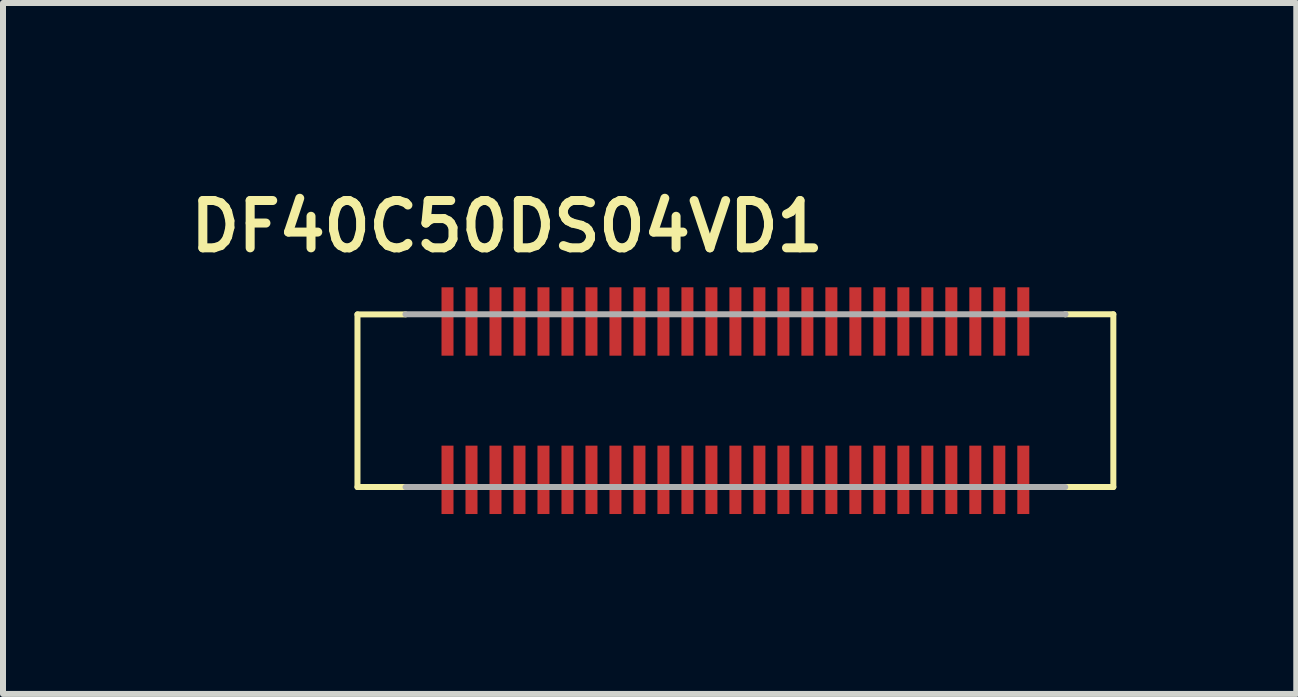
<source format=kicad_pcb>
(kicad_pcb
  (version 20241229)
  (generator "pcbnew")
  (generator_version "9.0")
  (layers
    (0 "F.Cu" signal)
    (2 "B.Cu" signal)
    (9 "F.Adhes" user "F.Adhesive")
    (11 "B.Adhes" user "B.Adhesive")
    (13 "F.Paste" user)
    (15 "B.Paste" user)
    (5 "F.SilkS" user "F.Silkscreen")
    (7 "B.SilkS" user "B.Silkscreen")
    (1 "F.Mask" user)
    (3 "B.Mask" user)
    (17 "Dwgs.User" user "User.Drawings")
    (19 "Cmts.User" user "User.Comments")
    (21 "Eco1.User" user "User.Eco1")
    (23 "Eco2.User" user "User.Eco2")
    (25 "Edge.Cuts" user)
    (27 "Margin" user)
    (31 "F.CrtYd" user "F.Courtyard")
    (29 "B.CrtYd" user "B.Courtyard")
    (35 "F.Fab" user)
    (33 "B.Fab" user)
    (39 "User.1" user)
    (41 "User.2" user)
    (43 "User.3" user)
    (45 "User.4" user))
  (footprint "DF40C50DS04VD1"
    (layer "F.Cu")
    (at 9.211 3.63)
    (property "Reference" "DF40C50DS04VD1" (at -3.807 -2.905 0) (layer "F.SilkS") (effects (font (size 0.789 0.789) (thickness 0.15))))
    (attr smd)
    (fp_line (start -6.301 -1.438) (end -6.301 1.44) (stroke (width 0.1) (type solid)) (layer "F.SilkS"))
    (fp_line (start -6.301 1.44) (end -5.499 1.44) (stroke (width 0.1) (type solid)) (layer "F.SilkS"))
    (fp_line (start -5.499 -1.438) (end -6.301 -1.438) (stroke (width 0.1) (type solid)) (layer "F.SilkS"))
    (fp_line (start 5.501 -1.44) (end 6.301 -1.44) (stroke (width 0.1) (type solid)) (layer "F.SilkS"))
    (fp_line (start 6.301 -1.44) (end 6.301 1.44) (stroke (width 0.1) (type solid)) (layer "F.SilkS"))
    (fp_line (start 6.301 1.44) (end 5.499 1.44) (stroke (width 0.1) (type solid)) (layer "F.SilkS"))
    (fp_line (start -5.501 -1.44) (end 5.501 -1.44) (stroke (width 0.1) (type solid)) (layer "F.Fab"))
    (fp_line (start -5.499 1.44) (end 5.499 1.44) (stroke (width 0.1) (type solid)) (layer "F.Fab"))
    (fp_line (start 5.501 -1.44) (end 5.501 -1.441) (stroke (width 0.1) (type solid)) (layer "F.Fab"))
    (pad "1" smd rect (at -4.8 1.32) (size 0.2 1.14) (layers "F.Cu" "F.Mask" "F.Paste"))
    (pad "2" smd rect (at -4.8 -1.32) (size 0.2 1.14) (layers "F.Cu" "F.Mask" "F.Paste"))
    (pad "3" smd rect (at -4.4 1.32) (size 0.2 1.14) (layers "F.Cu" "F.Mask" "F.Paste"))
    (pad "4" smd rect (at -4.4 -1.32) (size 0.2 1.14) (layers "F.Cu" "F.Mask" "F.Paste"))
    (pad "5" smd rect (at -4 1.32) (size 0.2 1.14) (layers "F.Cu" "F.Mask" "F.Paste"))
    (pad "6" smd rect (at -4 -1.32) (size 0.2 1.14) (layers "F.Cu" "F.Mask" "F.Paste"))
    (pad "7" smd rect (at -3.6 1.32) (size 0.2 1.14) (layers "F.Cu" "F.Mask" "F.Paste"))
    (pad "8" smd rect (at -3.6 -1.32) (size 0.2 1.14) (layers "F.Cu" "F.Mask" "F.Paste"))
    (pad "9" smd rect (at -3.2 1.32) (size 0.2 1.14) (layers "F.Cu" "F.Mask" "F.Paste"))
    (pad "10" smd rect (at -3.2 -1.32) (size 0.2 1.14) (layers "F.Cu" "F.Mask" "F.Paste"))
    (pad "11" smd rect (at -2.8 1.32) (size 0.2 1.14) (layers "F.Cu" "F.Mask" "F.Paste"))
    (pad "12" smd rect (at -2.8 -1.32) (size 0.2 1.14) (layers "F.Cu" "F.Mask" "F.Paste"))
    (pad "13" smd rect (at -2.4 1.32) (size 0.2 1.14) (layers "F.Cu" "F.Mask" "F.Paste"))
    (pad "14" smd rect (at -2.4 -1.32) (size 0.2 1.14) (layers "F.Cu" "F.Mask" "F.Paste"))
    (pad "15" smd rect (at -2 1.32) (size 0.2 1.14) (layers "F.Cu" "F.Mask" "F.Paste"))
    (pad "16" smd rect (at -2 -1.32) (size 0.2 1.14) (layers "F.Cu" "F.Mask" "F.Paste"))
    (pad "17" smd rect (at -1.6 1.32) (size 0.2 1.14) (layers "F.Cu" "F.Mask" "F.Paste"))
    (pad "18" smd rect (at -1.6 -1.32) (size 0.2 1.14) (layers "F.Cu" "F.Mask" "F.Paste"))
    (pad "19" smd rect (at -1.2 1.32) (size 0.2 1.14) (layers "F.Cu" "F.Mask" "F.Paste"))
    (pad "20" smd rect (at -1.2 -1.32) (size 0.2 1.14) (layers "F.Cu" "F.Mask" "F.Paste"))
    (pad "21" smd rect (at -0.8 1.32) (size 0.2 1.14) (layers "F.Cu" "F.Mask" "F.Paste"))
    (pad "22" smd rect (at -0.8 -1.32) (size 0.2 1.14) (layers "F.Cu" "F.Mask" "F.Paste"))
    (pad "23" smd rect (at -0.4 1.32) (size 0.2 1.14) (layers "F.Cu" "F.Mask" "F.Paste"))
    (pad "24" smd rect (at -0.4 -1.32) (size 0.2 1.14) (layers "F.Cu" "F.Mask" "F.Paste"))
    (pad "25" smd rect (at 0 1.32) (size 0.2 1.14) (layers "F.Cu" "F.Mask" "F.Paste"))
    (pad "26" smd rect (at 0 -1.32) (size 0.2 1.14) (layers "F.Cu" "F.Mask" "F.Paste"))
    (pad "27" smd rect (at 0.4 1.32) (size 0.2 1.14) (layers "F.Cu" "F.Mask" "F.Paste"))
    (pad "28" smd rect (at 0.4 -1.32) (size 0.2 1.14) (layers "F.Cu" "F.Mask" "F.Paste"))
    (pad "29" smd rect (at 0.8 1.32) (size 0.2 1.14) (layers "F.Cu" "F.Mask" "F.Paste"))
    (pad "30" smd rect (at 0.8 -1.32) (size 0.2 1.14) (layers "F.Cu" "F.Mask" "F.Paste"))
    (pad "31" smd rect (at 1.2 1.32) (size 0.2 1.14) (layers "F.Cu" "F.Mask" "F.Paste"))
    (pad "32" smd rect (at 1.2 -1.32) (size 0.2 1.14) (layers "F.Cu" "F.Mask" "F.Paste"))
    (pad "33" smd rect (at 1.6 1.32) (size 0.2 1.14) (layers "F.Cu" "F.Mask" "F.Paste"))
    (pad "34" smd rect (at 1.6 -1.32) (size 0.2 1.14) (layers "F.Cu" "F.Mask" "F.Paste"))
    (pad "35" smd rect (at 2 1.32) (size 0.2 1.14) (layers "F.Cu" "F.Mask" "F.Paste"))
    (pad "36" smd rect (at 2 -1.32) (size 0.2 1.14) (layers "F.Cu" "F.Mask" "F.Paste"))
    (pad "37" smd rect (at 2.4 1.32) (size 0.2 1.14) (layers "F.Cu" "F.Mask" "F.Paste"))
    (pad "38" smd rect (at 2.4 -1.32) (size 0.2 1.14) (layers "F.Cu" "F.Mask" "F.Paste"))
    (pad "39" smd rect (at 2.8 1.32) (size 0.2 1.14) (layers "F.Cu" "F.Mask" "F.Paste"))
    (pad "40" smd rect (at 2.8 -1.32) (size 0.2 1.14) (layers "F.Cu" "F.Mask" "F.Paste"))
    (pad "41" smd rect (at 3.2 1.32) (size 0.2 1.14) (layers "F.Cu" "F.Mask" "F.Paste"))
    (pad "42" smd rect (at 3.2 -1.32) (size 0.2 1.14) (layers "F.Cu" "F.Mask" "F.Paste"))
    (pad "43" smd rect (at 3.6 1.32) (size 0.2 1.14) (layers "F.Cu" "F.Mask" "F.Paste"))
    (pad "44" smd rect (at 3.6 -1.32) (size 0.2 1.14) (layers "F.Cu" "F.Mask" "F.Paste"))
    (pad "45" smd rect (at 4 1.32) (size 0.2 1.14) (layers "F.Cu" "F.Mask" "F.Paste"))
    (pad "46" smd rect (at 4 -1.32) (size 0.2 1.14) (layers "F.Cu" "F.Mask" "F.Paste"))
    (pad "47" smd rect (at 4.4 1.32) (size 0.2 1.14) (layers "F.Cu" "F.Mask" "F.Paste"))
    (pad "48" smd rect (at 4.4 -1.32) (size 0.2 1.14) (layers "F.Cu" "F.Mask" "F.Paste"))
    (pad "49" smd rect (at 4.8 1.32) (size 0.2 1.14) (layers "F.Cu" "F.Mask" "F.Paste"))
    (pad "50" smd rect (at 4.8 -1.32) (size 0.2 1.14) (layers "F.Cu" "F.Mask" "F.Paste")))
  (gr_rect
    (start -3 -3)
    (end 18.562 8.52)
    (stroke (width 0.1) (type default))
    (fill no)
    (layer "Edge.Cuts")))
</source>
